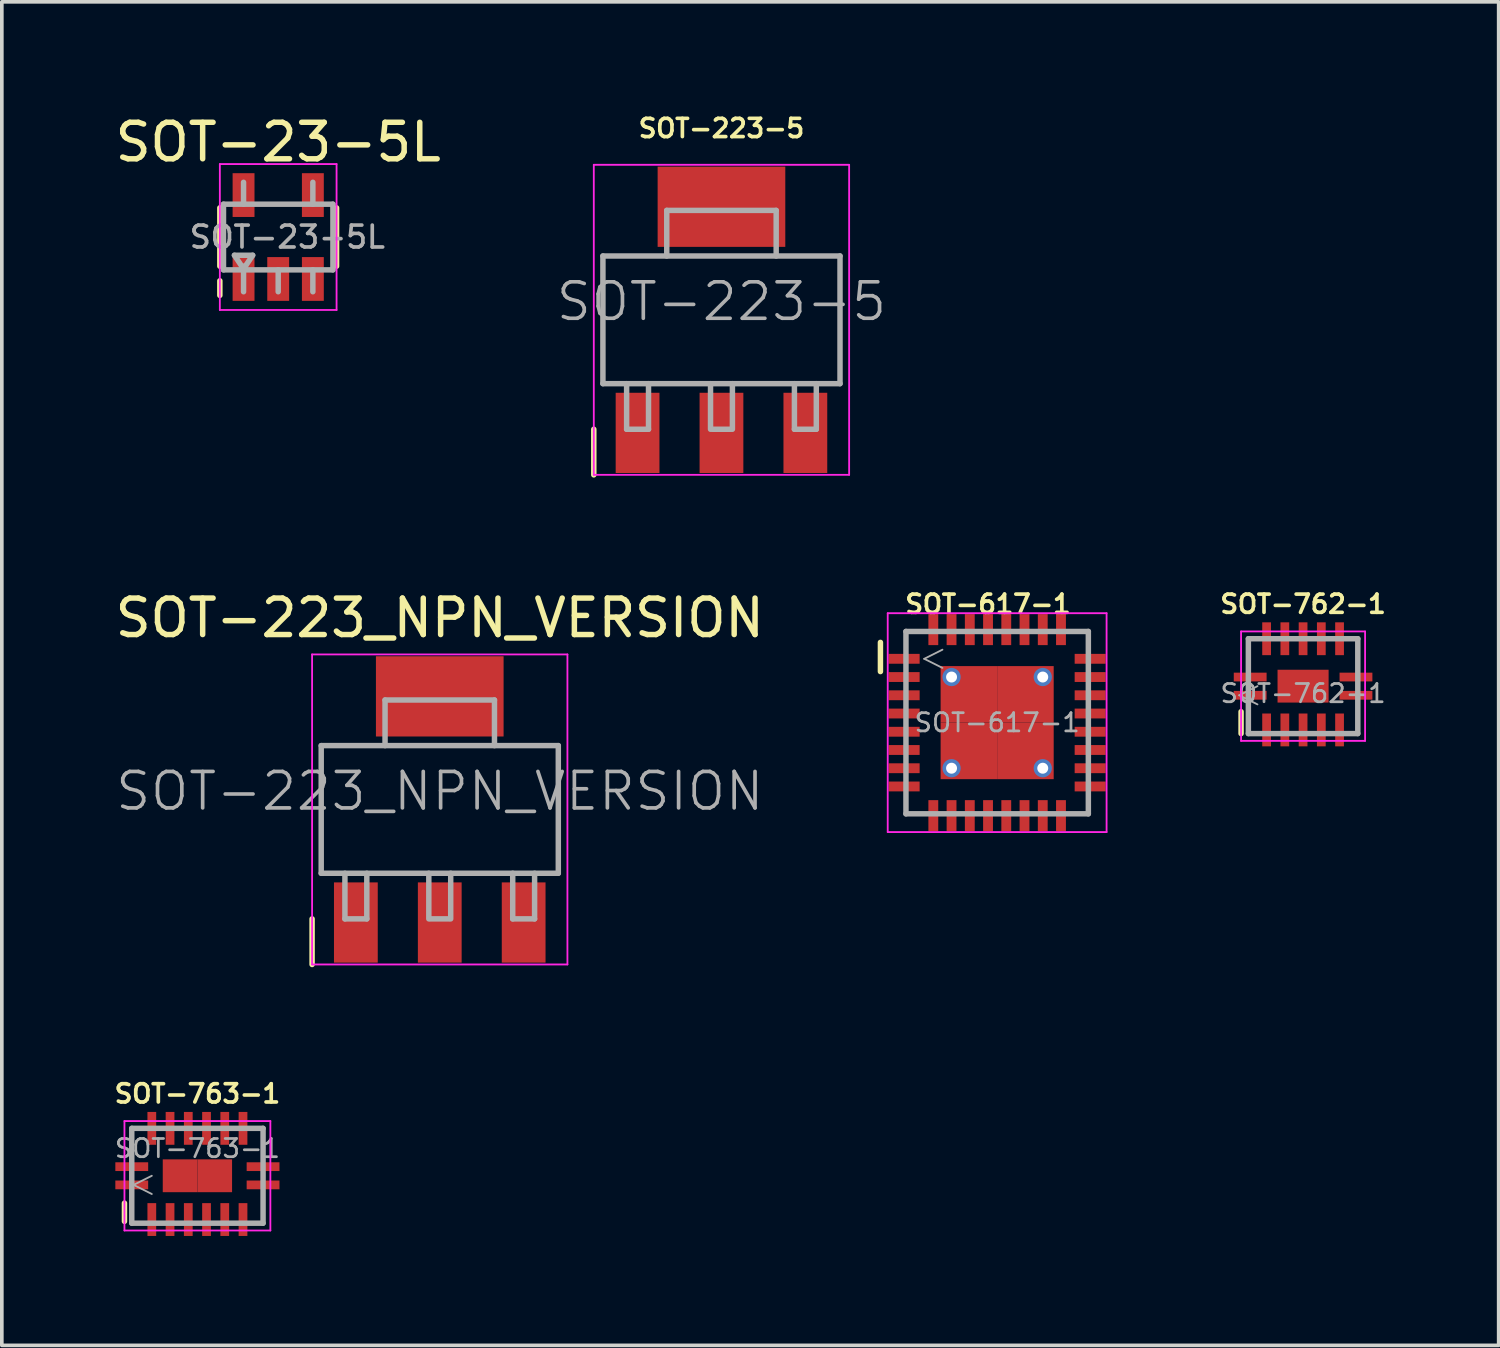
<source format=kicad_pcb>
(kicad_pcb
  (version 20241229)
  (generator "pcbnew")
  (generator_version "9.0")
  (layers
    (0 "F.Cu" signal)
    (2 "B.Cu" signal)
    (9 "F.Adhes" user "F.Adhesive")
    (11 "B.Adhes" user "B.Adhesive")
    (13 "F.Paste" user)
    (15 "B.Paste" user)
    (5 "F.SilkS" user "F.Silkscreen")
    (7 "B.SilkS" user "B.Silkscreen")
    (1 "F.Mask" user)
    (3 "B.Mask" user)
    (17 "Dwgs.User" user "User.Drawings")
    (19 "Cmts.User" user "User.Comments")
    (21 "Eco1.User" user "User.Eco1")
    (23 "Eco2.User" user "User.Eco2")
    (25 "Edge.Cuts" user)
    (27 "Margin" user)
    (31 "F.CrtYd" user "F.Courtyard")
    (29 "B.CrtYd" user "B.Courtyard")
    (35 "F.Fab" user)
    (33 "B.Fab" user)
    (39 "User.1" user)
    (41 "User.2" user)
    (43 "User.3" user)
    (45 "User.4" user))
  (footprint "SOT-763-1"
    (layer "F.Cu")
    (at 2.362 29.184)
    (property "Reference" "SOT-763-1" (at 0 -2.25 0) (layer "F.SilkS") (effects (font (size 0.5 0.5) (thickness 0.1))))
    (attr smd)
    (fp_line (start -2 1.25) (end -2 0.75) (stroke (width 0.15) (type solid)) (layer "F.SilkS"))
    (fp_line (start -2 -1.5) (end 2 -1.5) (stroke (width 0.05) (type solid)) (layer "F.CrtYd"))
    (fp_line (start -2 1.5) (end -2 -1.5) (stroke (width 0.05) (type solid)) (layer "F.CrtYd"))
    (fp_line (start 2 -1.5) (end 2 1.5) (stroke (width 0.05) (type solid)) (layer "F.CrtYd"))
    (fp_line (start 2 1.5) (end -2 1.5) (stroke (width 0.05) (type solid)) (layer "F.CrtYd"))
    (fp_line (start -1.8 -1.3) (end 1.8 -1.3) (stroke (width 0.15) (type solid)) (layer "F.Fab"))
    (fp_line (start -1.8 1.3) (end -1.8 -1.3) (stroke (width 0.15) (type solid)) (layer "F.Fab"))
    (fp_line (start -1.75 0.25) (end -1.25 0.5) (stroke (width 0.05) (type solid)) (layer "F.Fab"))
    (fp_line (start -1.25 0) (end -1.75 0.25) (stroke (width 0.05) (type solid)) (layer "F.Fab"))
    (fp_line (start 1.8 -1.3) (end 1.8 1.3) (stroke (width 0.15) (type solid)) (layer "F.Fab"))
    (fp_line (start 1.8 1.3) (end -1.8 1.3) (stroke (width 0.15) (type solid)) (layer "F.Fab"))
    (fp_text user "${REFERENCE}" (at 0 -0.75 0) (layer "F.Fab") (effects (font (size 0.5 0.5) (thickness 0.075))))
    (pad "1" smd rect (at -1.8 0.25 90) (size 0.24 0.9) (layers "F.Cu" "F.Mask" "F.Paste"))
    (pad "2" smd rect (at -1.25 1.2) (size 0.24 0.9) (layers "F.Cu" "F.Mask" "F.Paste"))
    (pad "3" smd rect (at -0.75 1.2) (size 0.24 0.9) (layers "F.Cu" "F.Mask" "F.Paste"))
    (pad "4" smd rect (at -0.25 1.2) (size 0.24 0.9) (layers "F.Cu" "F.Mask" "F.Paste"))
    (pad "5" smd rect (at 0.25 1.2) (size 0.24 0.9) (layers "F.Cu" "F.Mask" "F.Paste"))
    (pad "6" smd rect (at 0.75 1.2) (size 0.24 0.9) (layers "F.Cu" "F.Mask" "F.Paste"))
    (pad "7" smd rect (at 1.25 1.2) (size 0.24 0.9) (layers "F.Cu" "F.Mask" "F.Paste"))
    (pad "8" smd rect (at 1.8 0.25 90) (size 0.24 0.9) (layers "F.Cu" "F.Mask" "F.Paste"))
    (pad "9" smd rect (at 1.8 -0.25 90) (size 0.24 0.9) (layers "F.Cu" "F.Mask" "F.Paste"))
    (pad "10" smd rect (at 1.25 -1.3) (size 0.24 0.9) (layers "F.Cu" "F.Mask" "F.Paste"))
    (pad "11" smd rect (at 0.75 -1.3) (size 0.24 0.9) (layers "F.Cu" "F.Mask" "F.Paste"))
    (pad "12" smd rect (at 0.25 -1.3) (size 0.24 0.9) (layers "F.Cu" "F.Mask" "F.Paste"))
    (pad "13" smd rect (at -0.25 -1.3) (size 0.24 0.9) (layers "F.Cu" "F.Mask" "F.Paste"))
    (pad "14" smd rect (at -0.75 -1.3) (size 0.24 0.9) (layers "F.Cu" "F.Mask" "F.Paste"))
    (pad "15" smd rect (at -1.25 -1.3) (size 0.24 0.9) (layers "F.Cu" "F.Mask" "F.Paste"))
    (pad "16" smd rect (at -1.8 -0.25 90) (size 0.24 0.9) (layers "F.Cu" "F.Mask" "F.Paste"))
    (pad "17" smd rect (at -0.475 0) (size 0.95 0.9) (layers "F.Cu" "F.Mask" "F.Paste"))
    (pad "17" smd rect (at 0.475 0) (size 0.95 0.9) (layers "F.Cu" "F.Mask" "F.Paste")))
  (footprint "SOT-762-1"
    (layer "F.Cu")
    (at 32.674 15.761)
    (property "Reference" "SOT-762-1" (at 0 -2.25 0) (layer "F.SilkS") (effects (font (size 0.5 0.5) (thickness 0.1))))
    (attr smd)
    (fp_line (start -1.7 1.3) (end -1.7 0.7) (stroke (width 0.15) (type solid)) (layer "F.SilkS"))
    (fp_line (start -1.7 -1.5) (end 1.7 -1.5) (stroke (width 0.05) (type solid)) (layer "F.CrtYd"))
    (fp_line (start -1.7 1.5) (end -1.7 -1.5) (stroke (width 0.05) (type solid)) (layer "F.CrtYd"))
    (fp_line (start 1.7 -1.5) (end 1.7 1.5) (stroke (width 0.05) (type solid)) (layer "F.CrtYd"))
    (fp_line (start 1.7 1.5) (end -1.7 1.5) (stroke (width 0.05) (type solid)) (layer "F.CrtYd"))
    (fp_line (start -1.75 0.25) (end -1.25 0.5) (stroke (width 0.05) (type solid)) (layer "F.Fab"))
    (fp_line (start -1.5 -1.3) (end 1.5 -1.3) (stroke (width 0.15) (type solid)) (layer "F.Fab"))
    (fp_line (start -1.5 1.3) (end -1.5 -1.3) (stroke (width 0.15) (type solid)) (layer "F.Fab"))
    (fp_line (start -1.25 0) (end -1.75 0.25) (stroke (width 0.05) (type solid)) (layer "F.Fab"))
    (fp_line (start 1.5 -1.3) (end 1.5 1.3) (stroke (width 0.15) (type solid)) (layer "F.Fab"))
    (fp_line (start 1.5 1.3) (end -1.5 1.3) (stroke (width 0.15) (type solid)) (layer "F.Fab"))
    (fp_text user "${REFERENCE}" (at 0 0.2 0) (layer "F.Fab") (effects (font (size 0.5 0.5) (thickness 0.075))))
    (pad "1" smd rect (at -1.45 0.25 90) (size 0.24 0.9) (layers "F.Cu" "F.Mask" "F.Paste"))
    (pad "2" smd rect (at -1 1.2) (size 0.24 0.9) (layers "F.Cu" "F.Mask" "F.Paste"))
    (pad "3" smd rect (at -0.5 1.2) (size 0.24 0.9) (layers "F.Cu" "F.Mask" "F.Paste"))
    (pad "4" smd rect (at 0 1.2) (size 0.24 0.9) (layers "F.Cu" "F.Mask" "F.Paste"))
    (pad "5" smd rect (at 0.5 1.2) (size 0.24 0.9) (layers "F.Cu" "F.Mask" "F.Paste"))
    (pad "6" smd rect (at 1 1.2) (size 0.24 0.9) (layers "F.Cu" "F.Mask" "F.Paste"))
    (pad "7" smd rect (at 1.45 0.25 90) (size 0.24 0.9) (layers "F.Cu" "F.Mask" "F.Paste"))
    (pad "8" smd rect (at 1.45 -0.25 90) (size 0.24 0.9) (layers "F.Cu" "F.Mask" "F.Paste"))
    (pad "9" smd rect (at 1 -1.3) (size 0.24 0.9) (layers "F.Cu" "F.Mask" "F.Paste"))
    (pad "10" smd rect (at 0.5 -1.3) (size 0.24 0.9) (layers "F.Cu" "F.Mask" "F.Paste"))
    (pad "11" smd rect (at 0 -1.3) (size 0.24 0.9) (layers "F.Cu" "F.Mask" "F.Paste"))
    (pad "12" smd rect (at -0.5 -1.3) (size 0.24 0.9) (layers "F.Cu" "F.Mask" "F.Paste"))
    (pad "13" smd rect (at -1 -1.3) (size 0.24 0.9) (layers "F.Cu" "F.Mask" "F.Paste"))
    (pad "14" smd rect (at -1.45 -0.25 90) (size 0.24 0.9) (layers "F.Cu" "F.Mask" "F.Paste"))
    (pad "15" smd rect (at 0 0) (size 1.4 0.9) (layers "F.Cu" "F.Mask" "F.Paste")))
  (footprint "SOT-223_NPN_VERSION"
    (layer "F.Cu")
    (at 9.006 19.141)
    (property "Reference" "SOT-223_NPN_VERSION" (at 0 -5.25 0) (layer "F.SilkS") (effects (font (size 1 1) (thickness 0.15))))
    (attr smd)
    (fp_line (start -3.5 3) (end -3.5 4.25) (stroke (width 0.15) (type solid)) (layer "F.SilkS"))
    (fp_line (start -3.5 -4.25) (end -3.5 4.25) (stroke (width 0.05) (type solid)) (layer "F.CrtYd"))
    (fp_line (start -3.5 -4.25) (end 3.5 -4.25) (stroke (width 0.05) (type solid)) (layer "F.CrtYd"))
    (fp_line (start -3.5 4.25) (end 3.5 4.25) (stroke (width 0.05) (type solid)) (layer "F.CrtYd"))
    (fp_line (start 3.5 -4.25) (end 3.5 4.25) (stroke (width 0.05) (type solid)) (layer "F.CrtYd"))
    (fp_line (start -3.25 -1.75) (end -3.25 1.75) (stroke (width 0.15) (type solid)) (layer "F.Fab"))
    (fp_line (start -3.25 1.75) (end 3.25 1.75) (stroke (width 0.15) (type solid)) (layer "F.Fab"))
    (fp_line (start -2.6 1.75) (end -2.6 3) (stroke (width 0.15) (type solid)) (layer "F.Fab"))
    (fp_line (start -2.6 3) (end -2 3) (stroke (width 0.15) (type solid)) (layer "F.Fab"))
    (fp_line (start -2 3) (end -2 1.75) (stroke (width 0.15) (type solid)) (layer "F.Fab"))
    (fp_line (start -1.5 -3) (end -1.5 -1.75) (stroke (width 0.15) (type solid)) (layer "F.Fab"))
    (fp_line (start -1.5 -3) (end 1.5 -3) (stroke (width 0.15) (type solid)) (layer "F.Fab"))
    (fp_line (start -0.3 1.75) (end -0.3 3) (stroke (width 0.15) (type solid)) (layer "F.Fab"))
    (fp_line (start -0.25 3) (end 0.25 3) (stroke (width 0.15) (type solid)) (layer "F.Fab"))
    (fp_line (start 0.3 3) (end 0.3 1.75) (stroke (width 0.15) (type solid)) (layer "F.Fab"))
    (fp_line (start 1.5 -3) (end 1.5 -1.75) (stroke (width 0.15) (type solid)) (layer "F.Fab"))
    (fp_line (start 2 1.75) (end 2 3) (stroke (width 0.15) (type solid)) (layer "F.Fab"))
    (fp_line (start 2 3) (end 2.6 3) (stroke (width 0.15) (type solid)) (layer "F.Fab"))
    (fp_line (start 2.6 3) (end 2.6 1.75) (stroke (width 0.15) (type solid)) (layer "F.Fab"))
    (fp_line (start 3.25 -1.75) (end -3.25 -1.75) (stroke (width 0.15) (type solid)) (layer "F.Fab"))
    (fp_line (start 3.25 1.75) (end 3.25 -1.75) (stroke (width 0.15) (type solid)) (layer "F.Fab"))
    (fp_text user "${REFERENCE}" (at 0 -0.5 0) (layer "F.Fab") (effects (font (size 1 1) (thickness 0.1))))
    (pad "1" smd rect (at -2.3 3.1) (size 1.2 2.2) (layers "F.Cu" "F.Mask" "F.Paste"))
    (pad "2" smd rect (at 0 -3.1) (size 3.5 2.2) (layers "F.Cu" "F.Mask" "F.Paste"))
    (pad "2" smd rect (at 0 3.1) (size 1.2 2.2) (layers "F.Cu" "F.Mask" "F.Paste"))
    (pad "3" smd rect (at 2.3 3.1) (size 1.2 2.2) (layers "F.Cu" "F.Mask" "F.Paste")))
  (footprint "SOT-23-5L"
    (layer "F.Cu")
    (at 4.577 3.448)
    (property "Reference" "SOT-23-5L" (at 0 -2.6 180) (layer "F.SilkS") (effects (font (size 1 1) (thickness 0.15))))
    (attr smd)
    (fp_line (start -1.6 -0.8) (end -1.6 0.8) (stroke (width 0.15) (type solid)) (layer "F.SilkS"))
    (fp_line (start -1.6 1.2) (end -1.6 1.6) (stroke (width 0.15) (type solid)) (layer "F.SilkS"))
    (fp_line (start 1.6 -0.8) (end 1.6 0.8) (stroke (width 0.15) (type solid)) (layer "F.SilkS"))
    (fp_line (start -1.6 -2) (end -1.6 2) (stroke (width 0.05) (type solid)) (layer "F.CrtYd"))
    (fp_line (start -1.6 -2) (end 1.6 -2) (stroke (width 0.05) (type solid)) (layer "F.CrtYd"))
    (fp_line (start -1.6 2) (end 1.6 2) (stroke (width 0.05) (type solid)) (layer "F.CrtYd"))
    (fp_line (start 1.6 -2) (end 1.6 2) (stroke (width 0.05) (type solid)) (layer "F.CrtYd"))
    (fp_line (start -1.5 -0.9) (end -1.5 0.9) (stroke (width 0.15) (type solid)) (layer "F.Fab"))
    (fp_line (start -1.5 0.9) (end 1.5 0.9) (stroke (width 0.15) (type solid)) (layer "F.Fab"))
    (fp_line (start -1.2 0.5) (end -0.7 0.5) (stroke (width 0.15) (type solid)) (layer "F.Fab"))
    (fp_line (start -1 0.8) (end -1.2 0.5) (stroke (width 0.15) (type solid)) (layer "F.Fab"))
    (fp_line (start -0.95 -1.5) (end -0.95 -0.9) (stroke (width 0.15) (type solid)) (layer "F.Fab"))
    (fp_line (start -0.95 1.5) (end -0.95 0.9) (stroke (width 0.15) (type solid)) (layer "F.Fab"))
    (fp_line (start -0.9 0.8) (end -1 0.8) (stroke (width 0.15) (type solid)) (layer "F.Fab"))
    (fp_line (start -0.7 0.5) (end -0.9 0.8) (stroke (width 0.15) (type solid)) (layer "F.Fab"))
    (fp_line (start 0 1.5) (end 0 0.9) (stroke (width 0.15) (type solid)) (layer "F.Fab"))
    (fp_line (start 0.95 -1.5) (end 0.95 -0.9) (stroke (width 0.15) (type solid)) (layer "F.Fab"))
    (fp_line (start 0.95 1.5) (end 0.95 0.9) (stroke (width 0.15) (type solid)) (layer "F.Fab"))
    (fp_line (start 1.5 -0.9) (end -1.5 -0.9) (stroke (width 0.15) (type solid)) (layer "F.Fab"))
    (fp_line (start 1.5 0.9) (end 1.5 -0.9) (stroke (width 0.15) (type solid)) (layer "F.Fab"))
    (fp_text user "${REFERENCE}" (at 0.25 0 0) (layer "F.Fab") (effects (font (size 0.6 0.6) (thickness 0.1))))
    (pad "1" smd rect (at -0.95 1.15) (size 0.6 1.2) (layers "F.Cu" "F.Mask" "F.Paste"))
    (pad "2" smd rect (at 0 1.15) (size 0.6 1.2) (layers "F.Cu" "F.Mask" "F.Paste"))
    (pad "3" smd rect (at 0.95 1.15) (size 0.6 1.2) (layers "F.Cu" "F.Mask" "F.Paste"))
    (pad "4" smd rect (at 0.95 -1.15) (size 0.6 1.2) (layers "F.Cu" "F.Mask" "F.Paste"))
    (pad "5" smd rect (at -0.95 -1.15) (size 0.6 1.2) (layers "F.Cu" "F.Mask" "F.Paste")))
  (footprint "SOT-223-5"
    (layer "F.Cu")
    (at 16.729 5.718)
    (property "Reference" "SOT-223-5" (at 0 -5.25 0) (layer "F.SilkS") (effects (font (size 0.5 0.5) (thickness 0.1))))
    (attr smd)
    (fp_line (start -3.5 3) (end -3.5 4.25) (stroke (width 0.15) (type solid)) (layer "F.SilkS"))
    (fp_line (start -3.5 -4.25) (end -3.5 4.25) (stroke (width 0.05) (type solid)) (layer "F.CrtYd"))
    (fp_line (start -3.5 -4.25) (end 3.5 -4.25) (stroke (width 0.05) (type solid)) (layer "F.CrtYd"))
    (fp_line (start -3.5 4.25) (end 3.5 4.25) (stroke (width 0.05) (type solid)) (layer "F.CrtYd"))
    (fp_line (start 3.5 -4.25) (end 3.5 4.25) (stroke (width 0.05) (type solid)) (layer "F.CrtYd"))
    (fp_line (start -3.25 -1.75) (end -3.25 1.75) (stroke (width 0.15) (type solid)) (layer "F.Fab"))
    (fp_line (start -3.25 1.75) (end 3.25 1.75) (stroke (width 0.15) (type solid)) (layer "F.Fab"))
    (fp_line (start -2.6 1.75) (end -2.6 3) (stroke (width 0.15) (type solid)) (layer "F.Fab"))
    (fp_line (start -2.6 3) (end -2 3) (stroke (width 0.15) (type solid)) (layer "F.Fab"))
    (fp_line (start -2 3) (end -2 1.75) (stroke (width 0.15) (type solid)) (layer "F.Fab"))
    (fp_line (start -1.5 -3) (end -1.5 -1.75) (stroke (width 0.15) (type solid)) (layer "F.Fab"))
    (fp_line (start -1.5 -3) (end 1.5 -3) (stroke (width 0.15) (type solid)) (layer "F.Fab"))
    (fp_line (start -0.3 1.75) (end -0.3 3) (stroke (width 0.15) (type solid)) (layer "F.Fab"))
    (fp_line (start -0.25 3) (end 0.25 3) (stroke (width 0.15) (type solid)) (layer "F.Fab"))
    (fp_line (start 0.3 3) (end 0.3 1.75) (stroke (width 0.15) (type solid)) (layer "F.Fab"))
    (fp_line (start 1.5 -3) (end 1.5 -1.75) (stroke (width 0.15) (type solid)) (layer "F.Fab"))
    (fp_line (start 2 1.75) (end 2 3) (stroke (width 0.15) (type solid)) (layer "F.Fab"))
    (fp_line (start 2 3) (end 2.6 3) (stroke (width 0.15) (type solid)) (layer "F.Fab"))
    (fp_line (start 2.6 3) (end 2.6 1.75) (stroke (width 0.15) (type solid)) (layer "F.Fab"))
    (fp_line (start 3.25 -1.75) (end -3.25 -1.75) (stroke (width 0.15) (type solid)) (layer "F.Fab"))
    (fp_line (start 3.25 1.75) (end 3.25 -1.75) (stroke (width 0.15) (type solid)) (layer "F.Fab"))
    (fp_text user "${REFERENCE}" (at 0 -0.5 0) (layer "F.Fab") (effects (font (size 1 1) (thickness 0.1))))
    (pad "1" smd rect (at -2.3 3.1) (size 1.2 2.2) (layers "F.Cu" "F.Mask" "F.Paste"))
    (pad "2" smd rect (at 0 3.1) (size 1.2 2.2) (layers "F.Cu" "F.Mask" "F.Paste"))
    (pad "3" smd rect (at 2.3 3.1) (size 1.2 2.2) (layers "F.Cu" "F.Mask" "F.Paste"))
    (pad "6" smd rect (at 0 -3.1) (size 3.5 2.2) (layers "F.Cu" "F.Mask" "F.Paste")))
  (footprint "SOT-617-1"
    (layer "F.Cu")
    (at 24.287 16.761)
    (property "Reference" "SOT-617-1" (at -0.25 -3.25 0) (layer "F.SilkS") (effects (font (size 0.5 0.5) (thickness 0.1))))
    (attr smd)
    (fp_line (start -3.2 -1.4) (end -3.2 -2.2) (stroke (width 0.15) (type solid)) (layer "F.SilkS"))
    (fp_line (start -3 -3) (end 3 -3) (stroke (width 0.05) (type solid)) (layer "F.CrtYd"))
    (fp_line (start -3 3) (end -3 -3) (stroke (width 0.05) (type solid)) (layer "F.CrtYd"))
    (fp_line (start 3 -3) (end 3 3) (stroke (width 0.05) (type solid)) (layer "F.CrtYd"))
    (fp_line (start 3 3) (end -3 3) (stroke (width 0.05) (type solid)) (layer "F.CrtYd"))
    (fp_line (start -2.5 -2.5) (end 2.5 -2.5) (stroke (width 0.15) (type solid)) (layer "F.Fab"))
    (fp_line (start -2.5 2.5) (end -2.5 -2.5) (stroke (width 0.15) (type solid)) (layer "F.Fab"))
    (fp_line (start -2 -1.75) (end -1.5 -1.5) (stroke (width 0.05) (type solid)) (layer "F.Fab"))
    (fp_line (start -1.5 -2) (end -2 -1.75) (stroke (width 0.05) (type solid)) (layer "F.Fab"))
    (fp_line (start 2.5 -2.5) (end 2.5 2.5) (stroke (width 0.15) (type solid)) (layer "F.Fab"))
    (fp_line (start 2.5 2.5) (end -2.5 2.5) (stroke (width 0.15) (type solid)) (layer "F.Fab"))
    (fp_text user "${REFERENCE}" (at 0 0 0) (layer "F.Fab") (effects (font (size 0.5 0.5) (thickness 0.075))))
    (pad "1" smd rect (at -2.55 -1.75 90) (size 0.27 0.85) (layers "F.Cu" "F.Mask" "F.Paste"))
    (pad "2" smd rect (at -2.55 -1.25 90) (size 0.27 0.85) (layers "F.Cu" "F.Mask" "F.Paste"))
    (pad "3" smd rect (at -2.55 -0.75 90) (size 0.27 0.85) (layers "F.Cu" "F.Mask" "F.Paste"))
    (pad "4" smd rect (at -2.55 -0.25 90) (size 0.27 0.85) (layers "F.Cu" "F.Mask" "F.Paste"))
    (pad "5" smd rect (at -2.55 0.25 90) (size 0.27 0.85) (layers "F.Cu" "F.Mask" "F.Paste"))
    (pad "6" smd rect (at -2.55 0.75 90) (size 0.27 0.85) (layers "F.Cu" "F.Mask" "F.Paste"))
    (pad "7" smd rect (at -2.55 1.25 90) (size 0.27 0.85) (layers "F.Cu" "F.Mask" "F.Paste"))
    (pad "8" smd rect (at -2.55 1.75 90) (size 0.27 0.85) (layers "F.Cu" "F.Mask" "F.Paste"))
    (pad "9" smd rect (at -1.75 2.55) (size 0.27 0.85) (layers "F.Cu" "F.Mask" "F.Paste"))
    (pad "10" smd rect (at -1.25 2.55) (size 0.27 0.85) (layers "F.Cu" "F.Mask" "F.Paste"))
    (pad "11" smd rect (at -0.75 2.55) (size 0.27 0.85) (layers "F.Cu" "F.Mask" "F.Paste"))
    (pad "12" smd rect (at -0.25 2.55) (size 0.27 0.85) (layers "F.Cu" "F.Mask" "F.Paste"))
    (pad "13" smd rect (at 0.25 2.55) (size 0.27 0.85) (layers "F.Cu" "F.Mask" "F.Paste"))
    (pad "14" smd rect (at 0.75 2.55) (size 0.27 0.85) (layers "F.Cu" "F.Mask" "F.Paste"))
    (pad "15" smd rect (at 1.25 2.55) (size 0.27 0.85) (layers "F.Cu" "F.Mask" "F.Paste"))
    (pad "16" smd rect (at 1.75 2.55) (size 0.27 0.85) (layers "F.Cu" "F.Mask" "F.Paste"))
    (pad "17" smd rect (at 2.55 1.75 90) (size 0.27 0.85) (layers "F.Cu" "F.Mask" "F.Paste"))
    (pad "18" smd rect (at 2.55 1.25 90) (size 0.27 0.85) (layers "F.Cu" "F.Mask" "F.Paste"))
    (pad "19" smd rect (at 2.55 0.75 90) (size 0.27 0.85) (layers "F.Cu" "F.Mask" "F.Paste"))
    (pad "20" smd rect (at 2.55 0.25 90) (size 0.27 0.85) (layers "F.Cu" "F.Mask" "F.Paste"))
    (pad "21" smd rect (at 2.55 -0.25 90) (size 0.27 0.85) (layers "F.Cu" "F.Mask" "F.Paste"))
    (pad "22" smd rect (at 2.55 -0.75 90) (size 0.27 0.85) (layers "F.Cu" "F.Mask" "F.Paste"))
    (pad "23" smd rect (at 2.55 -1.25 90) (size 0.27 0.85) (layers "F.Cu" "F.Mask" "F.Paste"))
    (pad "24" smd rect (at 2.55 -1.75 90) (size 0.27 0.85) (layers "F.Cu" "F.Mask" "F.Paste"))
    (pad "25" smd rect (at 1.75 -2.55) (size 0.27 0.85) (layers "F.Cu" "F.Mask" "F.Paste"))
    (pad "26" smd rect (at 1.25 -2.55) (size 0.27 0.85) (layers "F.Cu" "F.Mask" "F.Paste"))
    (pad "27" smd rect (at 0.75 -2.55) (size 0.27 0.85) (layers "F.Cu" "F.Mask" "F.Paste"))
    (pad "28" smd rect (at 0.25 -2.55) (size 0.27 0.85) (layers "F.Cu" "F.Mask" "F.Paste"))
    (pad "29" smd rect (at -0.25 -2.55) (size 0.27 0.85) (layers "F.Cu" "F.Mask" "F.Paste"))
    (pad "30" smd rect (at -0.75 -2.55) (size 0.27 0.85) (layers "F.Cu" "F.Mask" "F.Paste"))
    (pad "31" smd rect (at -1.25 -2.55) (size 0.27 0.85) (layers "F.Cu" "F.Mask" "F.Paste"))
    (pad "32" smd rect (at -1.75 -2.55) (size 0.27 0.85) (layers "F.Cu" "F.Mask" "F.Paste"))
    (pad "33" thru_hole circle (at -1.25 -1.25) (size 0.5 0.5) (drill 0.3) (layers "*.Cu" "F.Mask"))
    (pad "33" thru_hole circle (at -1.25 1.25) (size 0.5 0.5) (drill 0.3) (layers "*.Cu" "F.Mask"))
    (pad "33" smd rect (at -0.775 -0.775) (size 1.55 1.55) (layers "F.Cu" "F.Mask" "F.Paste"))
    (pad "33" smd rect (at -0.775 0.775) (size 1.55 1.55) (layers "F.Cu" "F.Mask" "F.Paste"))
    (pad "33" smd rect (at 0.775 -0.775) (size 1.55 1.55) (layers "F.Cu" "F.Mask" "F.Paste"))
    (pad "33" smd rect (at 0.775 0.775) (size 1.55 1.55) (layers "F.Cu" "F.Mask" "F.Paste"))
    (pad "33" thru_hole circle (at 1.25 -1.25) (size 0.5 0.5) (drill 0.3) (layers "*.Cu" "F.Mask"))
    (pad "33" thru_hole circle (at 1.25 1.25) (size 0.5 0.5) (drill 0.3) (layers "*.Cu" "F.Mask")))
  (gr_rect
    (start -3 -3)
    (end 38.036 33.834)
    (stroke (width 0.1) (type default))
    (fill no)
    (layer "Edge.Cuts")))
</source>
